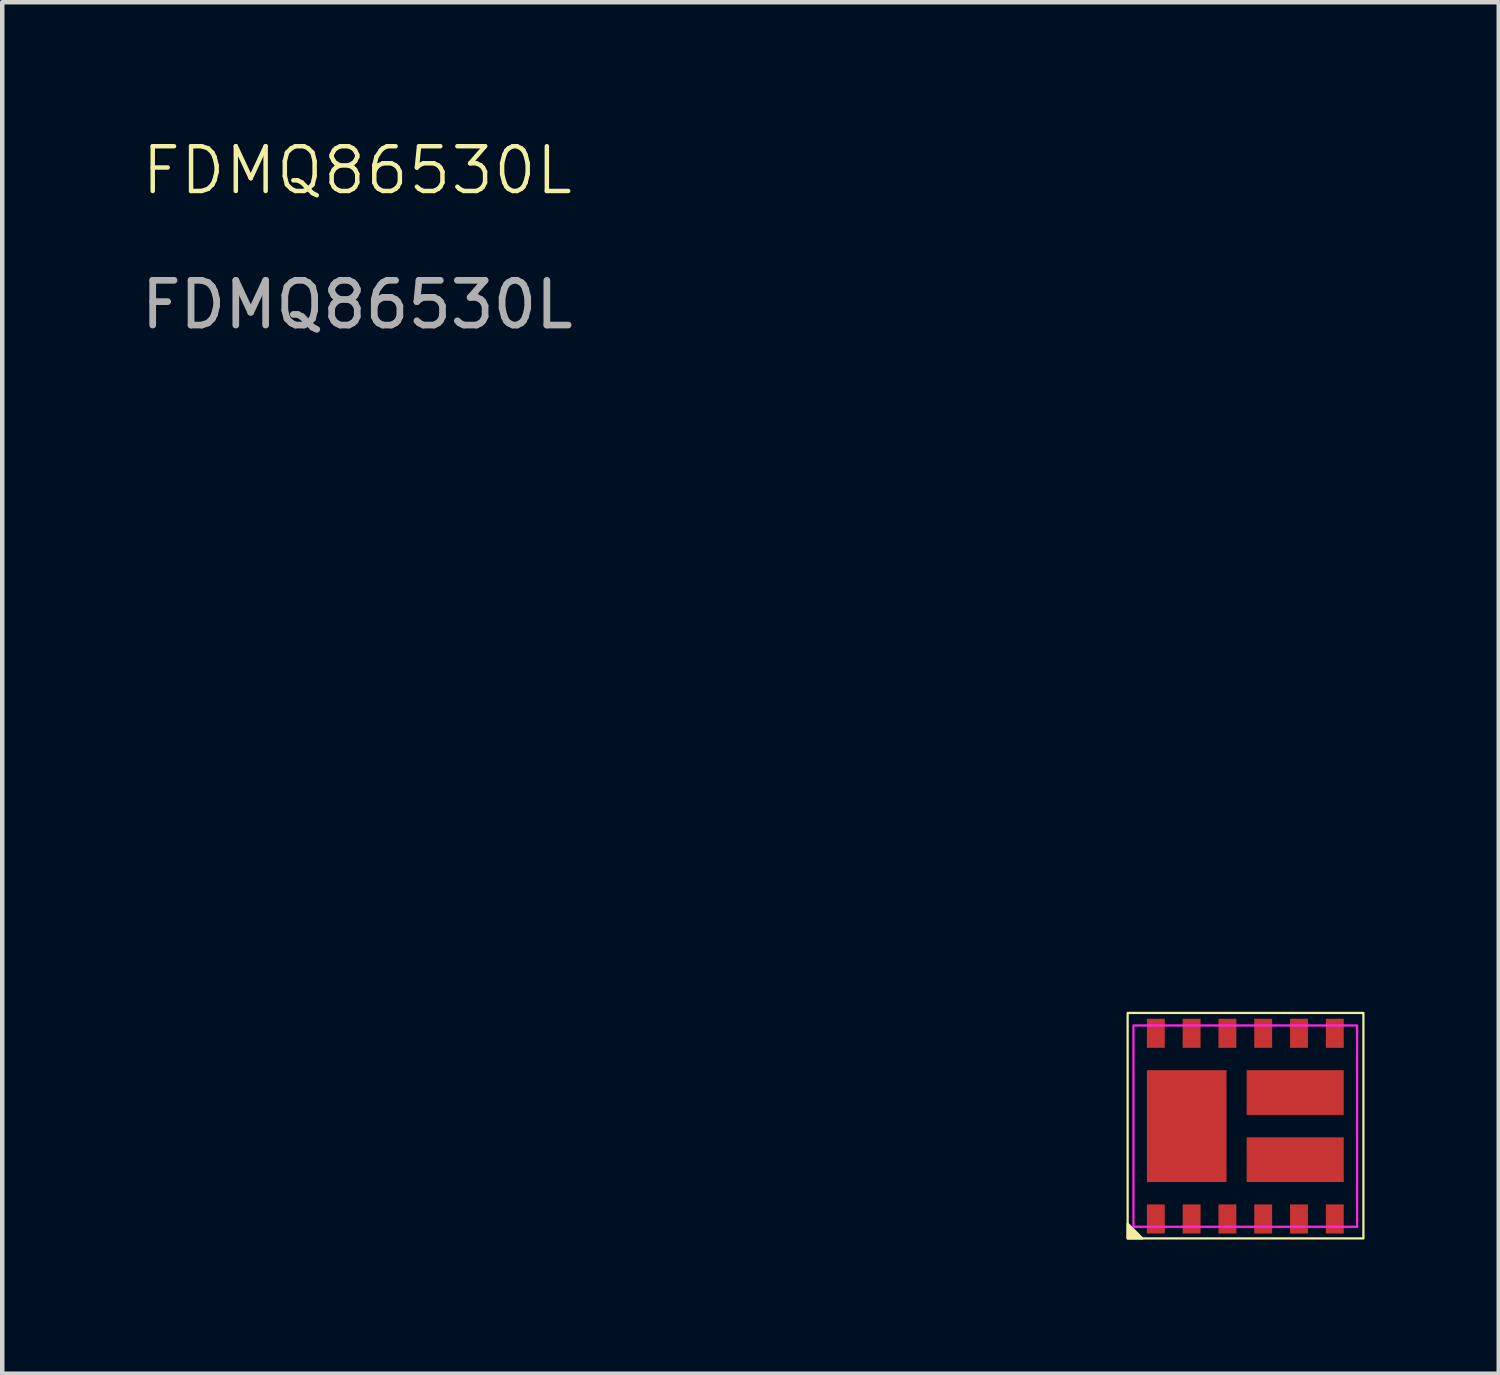
<source format=kicad_pcb>
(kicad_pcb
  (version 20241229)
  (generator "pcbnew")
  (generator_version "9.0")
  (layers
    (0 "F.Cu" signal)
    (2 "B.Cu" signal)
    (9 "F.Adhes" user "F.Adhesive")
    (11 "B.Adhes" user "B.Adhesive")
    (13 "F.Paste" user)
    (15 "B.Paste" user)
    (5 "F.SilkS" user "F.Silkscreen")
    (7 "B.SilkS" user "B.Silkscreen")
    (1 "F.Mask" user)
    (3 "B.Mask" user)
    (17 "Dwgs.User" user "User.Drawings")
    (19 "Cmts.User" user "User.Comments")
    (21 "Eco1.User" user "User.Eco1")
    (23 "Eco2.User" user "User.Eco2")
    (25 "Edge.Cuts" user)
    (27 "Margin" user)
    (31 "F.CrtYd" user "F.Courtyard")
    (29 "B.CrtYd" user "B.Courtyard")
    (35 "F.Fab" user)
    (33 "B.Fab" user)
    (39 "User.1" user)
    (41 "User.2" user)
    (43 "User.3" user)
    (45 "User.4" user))
  (footprint "FDMQ86530L"
    (layer "F.Cu")
    (at 22.585 19.721)
    (property "Reference" "FDMQ86530L" (at -17.65 -18.96 0) (unlocked yes) (layer "F.SilkS") (effects (font (size 1 1) (thickness 0.1))))
    (attr smd)
    (fp_rect (start -0.43 -0.13) (end 4.84 4.91) (stroke (width 0.05) (type default)) (fill no) (layer "F.SilkS"))
    (fp_poly (pts (xy -0.43 4.91) (xy -0.43 4.58) (xy -0.1 4.91)) (stroke (width 0.05) (type solid)) (fill yes) (layer "F.SilkS"))
    (fp_rect (start -0.3 0.15) (end 4.7 4.65) (stroke (width 0.05) (type default)) (fill no) (layer "F.CrtYd"))
    (fp_text user "${REFERENCE}" (at -17.65 -15.96 0) (unlocked yes) (layer "F.Fab") (effects (font (size 1 1) (thickness 0.15))))
    (pad "1" smd rect (at 0.2 4.475 180) (size 0.4 0.65) (layers "F.Cu" "F.Mask" "F.Paste"))
    (pad "2" smd rect (at 1 4.475 180) (size 0.4 0.65) (layers "F.Cu" "F.Mask" "F.Paste"))
    (pad "3" smd rect (at 1.8 4.475 180) (size 0.4 0.65) (layers "F.Cu" "F.Mask" "F.Paste"))
    (pad "4" smd rect (at 2.6 4.475 180) (size 0.4 0.65) (layers "F.Cu" "F.Mask" "F.Paste"))
    (pad "5" smd rect (at 3.4 4.475 180) (size 0.4 0.65) (layers "F.Cu" "F.Mask" "F.Paste"))
    (pad "6" smd rect (at 4.2 4.475 180) (size 0.4 0.65) (layers "F.Cu" "F.Mask" "F.Paste"))
    (pad "7" smd rect (at 4.2 0.325 180) (size 0.4 0.65) (layers "F.Cu" "F.Mask" "F.Paste"))
    (pad "8" smd rect (at 3.4 0.325 180) (size 0.4 0.65) (layers "F.Cu" "F.Mask" "F.Paste"))
    (pad "9" smd rect (at 2.6 0.325 180) (size 0.4 0.65) (layers "F.Cu" "F.Mask" "F.Paste"))
    (pad "10" smd rect (at 1.8 0.325 180) (size 0.4 0.65) (layers "F.Cu" "F.Mask" "F.Paste"))
    (pad "11" smd rect (at 1 0.325 180) (size 0.4 0.65) (layers "F.Cu" "F.Mask" "F.Paste"))
    (pad "12" smd rect (at 0.2 0.325 180) (size 0.4 0.65) (layers "F.Cu" "F.Mask" "F.Paste"))
    (pad "13" smd rect (at 0.89 2.4 180) (size 1.78 2.5) (layers "F.Cu" "F.Mask" "F.Paste"))
    (pad "14" smd rect (at 3.315 3.15 180) (size 2.17 1) (layers "F.Cu" "F.Mask" "F.Paste"))
    (pad "15" smd rect (at 3.315 1.65 180) (size 2.17 1) (layers "F.Cu" "F.Mask" "F.Paste")))
  (gr_rect
    (start -3 -3)
    (end 30.45 27.655)
    (stroke (width 0.1) (type default))
    (fill no)
    (layer "Edge.Cuts")))
</source>
